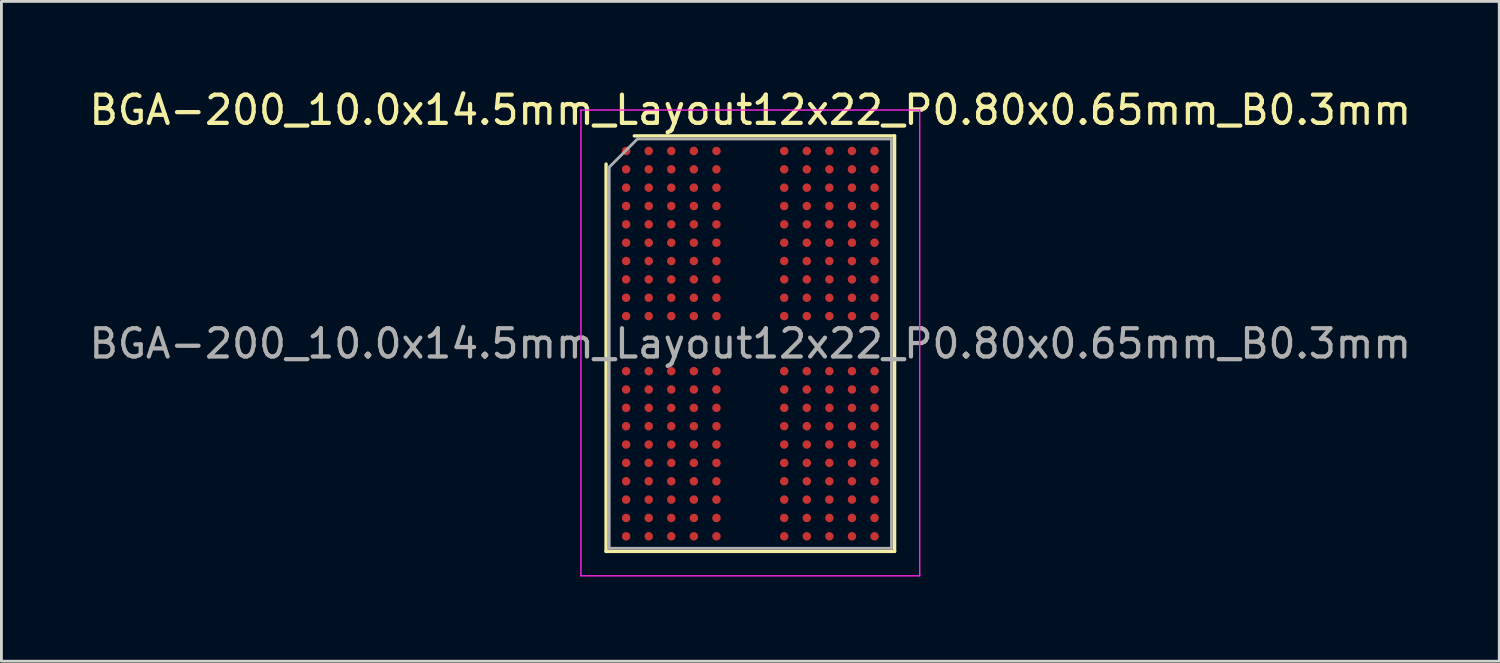
<source format=kicad_pcb>
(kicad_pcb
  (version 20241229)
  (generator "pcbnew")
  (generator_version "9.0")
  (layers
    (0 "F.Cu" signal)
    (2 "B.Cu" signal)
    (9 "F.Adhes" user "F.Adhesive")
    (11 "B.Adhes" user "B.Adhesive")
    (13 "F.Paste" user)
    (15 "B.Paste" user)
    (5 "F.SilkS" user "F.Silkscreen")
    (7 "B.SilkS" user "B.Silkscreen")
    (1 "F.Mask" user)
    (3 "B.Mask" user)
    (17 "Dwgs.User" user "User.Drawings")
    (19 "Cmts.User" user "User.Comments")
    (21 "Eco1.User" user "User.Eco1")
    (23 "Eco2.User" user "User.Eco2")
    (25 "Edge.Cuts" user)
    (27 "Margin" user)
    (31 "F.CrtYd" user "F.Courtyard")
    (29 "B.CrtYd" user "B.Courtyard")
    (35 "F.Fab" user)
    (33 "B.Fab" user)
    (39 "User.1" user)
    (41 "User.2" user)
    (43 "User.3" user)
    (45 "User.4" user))
  (footprint "BGA-200_10.0x14.5mm_Layout12x22_P0.80x0.65mm_B0.3mm"
    (layer "F.Cu")
    (at 23.53 9.098)
    (property "Reference" "BGA-200_10.0x14.5mm_Layout12x22_P0.80x0.65mm_B0.3mm" (at 0 -8.25 0) (layer "F.SilkS") (effects (font (size 1 1) (thickness 0.15))))
    (attr smd)
    (fp_line (start -5.11 7.385) (end -5.11 -6.335) (stroke (width 0.12) (type solid)) (layer "F.SilkS"))
    (fp_line (start -4.11 -7.335) (end 5.11 -7.335) (stroke (width 0.12) (type solid)) (layer "F.SilkS"))
    (fp_line (start 5.11 -7.335) (end 5.11 7.385) (stroke (width 0.12) (type solid)) (layer "F.SilkS"))
    (fp_line (start 5.11 7.385) (end -5.11 7.385) (stroke (width 0.12) (type solid)) (layer "F.SilkS"))
    (fp_line (start -6 -8.25) (end -6 8.25) (stroke (width 0.05) (type solid)) (layer "F.CrtYd"))
    (fp_line (start -6 8.25) (end 6 8.25) (stroke (width 0.05) (type solid)) (layer "F.CrtYd"))
    (fp_line (start 6 -8.25) (end -6 -8.25) (stroke (width 0.05) (type solid)) (layer "F.CrtYd"))
    (fp_line (start 6 8.25) (end 6 -8.25) (stroke (width 0.05) (type solid)) (layer "F.CrtYd"))
    (fp_line (start -5 -6.225) (end -4 -7.225) (stroke (width 0.1) (type solid)) (layer "F.Fab"))
    (fp_line (start -5 7.275) (end -5 -6.225) (stroke (width 0.1) (type solid)) (layer "F.Fab"))
    (fp_line (start -4 -7.225) (end 5 -7.225) (stroke (width 0.1) (type solid)) (layer "F.Fab"))
    (fp_line (start 5 -7.225) (end 5 7.275) (stroke (width 0.1) (type solid)) (layer "F.Fab"))
    (fp_line (start 5 7.275) (end -5 7.275) (stroke (width 0.1) (type solid)) (layer "F.Fab"))
    (fp_text user "${REFERENCE}" (at 0 0.025 0) (layer "F.Fab") (effects (font (size 1 1) (thickness 0.15))))
    (pad "A1" smd circle (at -4.4 -6.8) (size 0.3 0.3) (layers "F.Cu" "F.Mask" "F.Paste"))
    (pad "A2" smd circle (at -3.6 -6.8) (size 0.3 0.3) (layers "F.Cu" "F.Mask" "F.Paste"))
    (pad "A3" smd circle (at -2.8 -6.8) (size 0.3 0.3) (layers "F.Cu" "F.Mask" "F.Paste"))
    (pad "A4" smd circle (at -2 -6.8) (size 0.3 0.3) (layers "F.Cu" "F.Mask" "F.Paste"))
    (pad "A5" smd circle (at -1.2 -6.8) (size 0.3 0.3) (layers "F.Cu" "F.Mask" "F.Paste"))
    (pad "A8" smd circle (at 1.2 -6.8) (size 0.3 0.3) (layers "F.Cu" "F.Mask" "F.Paste"))
    (pad "A9" smd circle (at 2 -6.8) (size 0.3 0.3) (layers "F.Cu" "F.Mask" "F.Paste"))
    (pad "A10" smd circle (at 2.8 -6.8) (size 0.3 0.3) (layers "F.Cu" "F.Mask" "F.Paste"))
    (pad "A11" smd circle (at 3.6 -6.8) (size 0.3 0.3) (layers "F.Cu" "F.Mask" "F.Paste"))
    (pad "A12" smd circle (at 4.4 -6.8) (size 0.3 0.3) (layers "F.Cu" "F.Mask" "F.Paste"))
    (pad "AA1" smd circle (at -4.4 6.2) (size 0.3 0.3) (layers "F.Cu" "F.Mask" "F.Paste"))
    (pad "AA2" smd circle (at -3.6 6.2) (size 0.3 0.3) (layers "F.Cu" "F.Mask" "F.Paste"))
    (pad "AA3" smd circle (at -2.8 6.2) (size 0.3 0.3) (layers "F.Cu" "F.Mask" "F.Paste"))
    (pad "AA4" smd circle (at -2 6.2) (size 0.3 0.3) (layers "F.Cu" "F.Mask" "F.Paste"))
    (pad "AA5" smd circle (at -1.2 6.2) (size 0.3 0.3) (layers "F.Cu" "F.Mask" "F.Paste"))
    (pad "AA8" smd circle (at 1.2 6.2) (size 0.3 0.3) (layers "F.Cu" "F.Mask" "F.Paste"))
    (pad "AA9" smd circle (at 2 6.2) (size 0.3 0.3) (layers "F.Cu" "F.Mask" "F.Paste"))
    (pad "AA10" smd circle (at 2.8 6.2) (size 0.3 0.3) (layers "F.Cu" "F.Mask" "F.Paste"))
    (pad "AA11" smd circle (at 3.6 6.2) (size 0.3 0.3) (layers "F.Cu" "F.Mask" "F.Paste"))
    (pad "AA12" smd circle (at 4.4 6.2) (size 0.3 0.3) (layers "F.Cu" "F.Mask" "F.Paste"))
    (pad "AB1" smd circle (at -4.4 6.85) (size 0.3 0.3) (layers "F.Cu" "F.Mask" "F.Paste"))
    (pad "AB2" smd circle (at -3.6 6.85) (size 0.3 0.3) (layers "F.Cu" "F.Mask" "F.Paste"))
    (pad "AB3" smd circle (at -2.8 6.85) (size 0.3 0.3) (layers "F.Cu" "F.Mask" "F.Paste"))
    (pad "AB4" smd circle (at -2 6.85) (size 0.3 0.3) (layers "F.Cu" "F.Mask" "F.Paste"))
    (pad "AB5" smd circle (at -1.2 6.85) (size 0.3 0.3) (layers "F.Cu" "F.Mask" "F.Paste"))
    (pad "AB8" smd circle (at 1.2 6.85) (size 0.3 0.3) (layers "F.Cu" "F.Mask" "F.Paste"))
    (pad "AB9" smd circle (at 2 6.85) (size 0.3 0.3) (layers "F.Cu" "F.Mask" "F.Paste"))
    (pad "AB10" smd circle (at 2.8 6.85) (size 0.3 0.3) (layers "F.Cu" "F.Mask" "F.Paste"))
    (pad "AB11" smd circle (at 3.6 6.85) (size 0.3 0.3) (layers "F.Cu" "F.Mask" "F.Paste"))
    (pad "AB12" smd circle (at 4.4 6.85) (size 0.3 0.3) (layers "F.Cu" "F.Mask" "F.Paste"))
    (pad "B1" smd circle (at -4.4 -6.15) (size 0.3 0.3) (layers "F.Cu" "F.Mask" "F.Paste"))
    (pad "B2" smd circle (at -3.6 -6.15) (size 0.3 0.3) (layers "F.Cu" "F.Mask" "F.Paste"))
    (pad "B3" smd circle (at -2.8 -6.15) (size 0.3 0.3) (layers "F.Cu" "F.Mask" "F.Paste"))
    (pad "B4" smd circle (at -2 -6.15) (size 0.3 0.3) (layers "F.Cu" "F.Mask" "F.Paste"))
    (pad "B5" smd circle (at -1.2 -6.15) (size 0.3 0.3) (layers "F.Cu" "F.Mask" "F.Paste"))
    (pad "B8" smd circle (at 1.2 -6.15) (size 0.3 0.3) (layers "F.Cu" "F.Mask" "F.Paste"))
    (pad "B9" smd circle (at 2 -6.15) (size 0.3 0.3) (layers "F.Cu" "F.Mask" "F.Paste"))
    (pad "B10" smd circle (at 2.8 -6.15) (size 0.3 0.3) (layers "F.Cu" "F.Mask" "F.Paste"))
    (pad "B11" smd circle (at 3.6 -6.15) (size 0.3 0.3) (layers "F.Cu" "F.Mask" "F.Paste"))
    (pad "B12" smd circle (at 4.4 -6.15) (size 0.3 0.3) (layers "F.Cu" "F.Mask" "F.Paste"))
    (pad "C1" smd circle (at -4.4 -5.5) (size 0.3 0.3) (layers "F.Cu" "F.Mask" "F.Paste"))
    (pad "C2" smd circle (at -3.6 -5.5) (size 0.3 0.3) (layers "F.Cu" "F.Mask" "F.Paste"))
    (pad "C3" smd circle (at -2.8 -5.5) (size 0.3 0.3) (layers "F.Cu" "F.Mask" "F.Paste"))
    (pad "C4" smd circle (at -2 -5.5) (size 0.3 0.3) (layers "F.Cu" "F.Mask" "F.Paste"))
    (pad "C5" smd circle (at -1.2 -5.5) (size 0.3 0.3) (layers "F.Cu" "F.Mask" "F.Paste"))
    (pad "C8" smd circle (at 1.2 -5.5) (size 0.3 0.3) (layers "F.Cu" "F.Mask" "F.Paste"))
    (pad "C9" smd circle (at 2 -5.5) (size 0.3 0.3) (layers "F.Cu" "F.Mask" "F.Paste"))
    (pad "C10" smd circle (at 2.8 -5.5) (size 0.3 0.3) (layers "F.Cu" "F.Mask" "F.Paste"))
    (pad "C11" smd circle (at 3.6 -5.5) (size 0.3 0.3) (layers "F.Cu" "F.Mask" "F.Paste"))
    (pad "C12" smd circle (at 4.4 -5.5) (size 0.3 0.3) (layers "F.Cu" "F.Mask" "F.Paste"))
    (pad "D1" smd circle (at -4.4 -4.85) (size 0.3 0.3) (layers "F.Cu" "F.Mask" "F.Paste"))
    (pad "D2" smd circle (at -3.6 -4.85) (size 0.3 0.3) (layers "F.Cu" "F.Mask" "F.Paste"))
    (pad "D3" smd circle (at -2.8 -4.85) (size 0.3 0.3) (layers "F.Cu" "F.Mask" "F.Paste"))
    (pad "D4" smd circle (at -2 -4.85) (size 0.3 0.3) (layers "F.Cu" "F.Mask" "F.Paste"))
    (pad "D5" smd circle (at -1.2 -4.85) (size 0.3 0.3) (layers "F.Cu" "F.Mask" "F.Paste"))
    (pad "D8" smd circle (at 1.2 -4.85) (size 0.3 0.3) (layers "F.Cu" "F.Mask" "F.Paste"))
    (pad "D9" smd circle (at 2 -4.85) (size 0.3 0.3) (layers "F.Cu" "F.Mask" "F.Paste"))
    (pad "D10" smd circle (at 2.8 -4.85) (size 0.3 0.3) (layers "F.Cu" "F.Mask" "F.Paste"))
    (pad "D11" smd circle (at 3.6 -4.85) (size 0.3 0.3) (layers "F.Cu" "F.Mask" "F.Paste"))
    (pad "D12" smd circle (at 4.4 -4.85) (size 0.3 0.3) (layers "F.Cu" "F.Mask" "F.Paste"))
    (pad "E1" smd circle (at -4.4 -4.2) (size 0.3 0.3) (layers "F.Cu" "F.Mask" "F.Paste"))
    (pad "E2" smd circle (at -3.6 -4.2) (size 0.3 0.3) (layers "F.Cu" "F.Mask" "F.Paste"))
    (pad "E3" smd circle (at -2.8 -4.2) (size 0.3 0.3) (layers "F.Cu" "F.Mask" "F.Paste"))
    (pad "E4" smd circle (at -2 -4.2) (size 0.3 0.3) (layers "F.Cu" "F.Mask" "F.Paste"))
    (pad "E5" smd circle (at -1.2 -4.2) (size 0.3 0.3) (layers "F.Cu" "F.Mask" "F.Paste"))
    (pad "E8" smd circle (at 1.2 -4.2) (size 0.3 0.3) (layers "F.Cu" "F.Mask" "F.Paste"))
    (pad "E9" smd circle (at 2 -4.2) (size 0.3 0.3) (layers "F.Cu" "F.Mask" "F.Paste"))
    (pad "E10" smd circle (at 2.8 -4.2) (size 0.3 0.3) (layers "F.Cu" "F.Mask" "F.Paste"))
    (pad "E11" smd circle (at 3.6 -4.2) (size 0.3 0.3) (layers "F.Cu" "F.Mask" "F.Paste"))
    (pad "E12" smd circle (at 4.4 -4.2) (size 0.3 0.3) (layers "F.Cu" "F.Mask" "F.Paste"))
    (pad "F1" smd circle (at -4.4 -3.55) (size 0.3 0.3) (layers "F.Cu" "F.Mask" "F.Paste"))
    (pad "F2" smd circle (at -3.6 -3.55) (size 0.3 0.3) (layers "F.Cu" "F.Mask" "F.Paste"))
    (pad "F3" smd circle (at -2.8 -3.55) (size 0.3 0.3) (layers "F.Cu" "F.Mask" "F.Paste"))
    (pad "F4" smd circle (at -2 -3.55) (size 0.3 0.3) (layers "F.Cu" "F.Mask" "F.Paste"))
    (pad "F5" smd circle (at -1.2 -3.55) (size 0.3 0.3) (layers "F.Cu" "F.Mask" "F.Paste"))
    (pad "F8" smd circle (at 1.2 -3.55) (size 0.3 0.3) (layers "F.Cu" "F.Mask" "F.Paste"))
    (pad "F9" smd circle (at 2 -3.55) (size 0.3 0.3) (layers "F.Cu" "F.Mask" "F.Paste"))
    (pad "F10" smd circle (at 2.8 -3.55) (size 0.3 0.3) (layers "F.Cu" "F.Mask" "F.Paste"))
    (pad "F11" smd circle (at 3.6 -3.55) (size 0.3 0.3) (layers "F.Cu" "F.Mask" "F.Paste"))
    (pad "F12" smd circle (at 4.4 -3.55) (size 0.3 0.3) (layers "F.Cu" "F.Mask" "F.Paste"))
    (pad "G1" smd circle (at -4.4 -2.9) (size 0.3 0.3) (layers "F.Cu" "F.Mask" "F.Paste"))
    (pad "G2" smd circle (at -3.6 -2.9) (size 0.3 0.3) (layers "F.Cu" "F.Mask" "F.Paste"))
    (pad "G3" smd circle (at -2.8 -2.9) (size 0.3 0.3) (layers "F.Cu" "F.Mask" "F.Paste"))
    (pad "G4" smd circle (at -2 -2.9) (size 0.3 0.3) (layers "F.Cu" "F.Mask" "F.Paste"))
    (pad "G5" smd circle (at -1.2 -2.9) (size 0.3 0.3) (layers "F.Cu" "F.Mask" "F.Paste"))
    (pad "G8" smd circle (at 1.2 -2.9) (size 0.3 0.3) (layers "F.Cu" "F.Mask" "F.Paste"))
    (pad "G9" smd circle (at 2 -2.9) (size 0.3 0.3) (layers "F.Cu" "F.Mask" "F.Paste"))
    (pad "G10" smd circle (at 2.8 -2.9) (size 0.3 0.3) (layers "F.Cu" "F.Mask" "F.Paste"))
    (pad "G11" smd circle (at 3.6 -2.9) (size 0.3 0.3) (layers "F.Cu" "F.Mask" "F.Paste"))
    (pad "G12" smd circle (at 4.4 -2.9) (size 0.3 0.3) (layers "F.Cu" "F.Mask" "F.Paste"))
    (pad "H1" smd circle (at -4.4 -2.25) (size 0.3 0.3) (layers "F.Cu" "F.Mask" "F.Paste"))
    (pad "H2" smd circle (at -3.6 -2.25) (size 0.3 0.3) (layers "F.Cu" "F.Mask" "F.Paste"))
    (pad "H3" smd circle (at -2.8 -2.25) (size 0.3 0.3) (layers "F.Cu" "F.Mask" "F.Paste"))
    (pad "H4" smd circle (at -2 -2.25) (size 0.3 0.3) (layers "F.Cu" "F.Mask" "F.Paste"))
    (pad "H5" smd circle (at -1.2 -2.25) (size 0.3 0.3) (layers "F.Cu" "F.Mask" "F.Paste"))
    (pad "H8" smd circle (at 1.2 -2.25) (size 0.3 0.3) (layers "F.Cu" "F.Mask" "F.Paste"))
    (pad "H9" smd circle (at 2 -2.25) (size 0.3 0.3) (layers "F.Cu" "F.Mask" "F.Paste"))
    (pad "H10" smd circle (at 2.8 -2.25) (size 0.3 0.3) (layers "F.Cu" "F.Mask" "F.Paste"))
    (pad "H11" smd circle (at 3.6 -2.25) (size 0.3 0.3) (layers "F.Cu" "F.Mask" "F.Paste"))
    (pad "H12" smd circle (at 4.4 -2.25) (size 0.3 0.3) (layers "F.Cu" "F.Mask" "F.Paste"))
    (pad "J1" smd circle (at -4.4 -1.6) (size 0.3 0.3) (layers "F.Cu" "F.Mask" "F.Paste"))
    (pad "J2" smd circle (at -3.6 -1.6) (size 0.3 0.3) (layers "F.Cu" "F.Mask" "F.Paste"))
    (pad "J3" smd circle (at -2.8 -1.6) (size 0.3 0.3) (layers "F.Cu" "F.Mask" "F.Paste"))
    (pad "J4" smd circle (at -2 -1.6) (size 0.3 0.3) (layers "F.Cu" "F.Mask" "F.Paste"))
    (pad "J5" smd circle (at -1.2 -1.6) (size 0.3 0.3) (layers "F.Cu" "F.Mask" "F.Paste"))
    (pad "J8" smd circle (at 1.2 -1.6) (size 0.3 0.3) (layers "F.Cu" "F.Mask" "F.Paste"))
    (pad "J9" smd circle (at 2 -1.6) (size 0.3 0.3) (layers "F.Cu" "F.Mask" "F.Paste"))
    (pad "J10" smd circle (at 2.8 -1.6) (size 0.3 0.3) (layers "F.Cu" "F.Mask" "F.Paste"))
    (pad "J11" smd circle (at 3.6 -1.6) (size 0.3 0.3) (layers "F.Cu" "F.Mask" "F.Paste"))
    (pad "J12" smd circle (at 4.4 -1.6) (size 0.3 0.3) (layers "F.Cu" "F.Mask" "F.Paste"))
    (pad "K1" smd circle (at -4.4 -0.95) (size 0.3 0.3) (layers "F.Cu" "F.Mask" "F.Paste"))
    (pad "K2" smd circle (at -3.6 -0.95) (size 0.3 0.3) (layers "F.Cu" "F.Mask" "F.Paste"))
    (pad "K3" smd circle (at -2.8 -0.95) (size 0.3 0.3) (layers "F.Cu" "F.Mask" "F.Paste"))
    (pad "K4" smd circle (at -2 -0.95) (size 0.3 0.3) (layers "F.Cu" "F.Mask" "F.Paste"))
    (pad "K5" smd circle (at -1.2 -0.95) (size 0.3 0.3) (layers "F.Cu" "F.Mask" "F.Paste"))
    (pad "K8" smd circle (at 1.2 -0.95) (size 0.3 0.3) (layers "F.Cu" "F.Mask" "F.Paste"))
    (pad "K9" smd circle (at 2 -0.95) (size 0.3 0.3) (layers "F.Cu" "F.Mask" "F.Paste"))
    (pad "K10" smd circle (at 2.8 -0.95) (size 0.3 0.3) (layers "F.Cu" "F.Mask" "F.Paste"))
    (pad "K11" smd circle (at 3.6 -0.95) (size 0.3 0.3) (layers "F.Cu" "F.Mask" "F.Paste"))
    (pad "K12" smd circle (at 4.4 -0.95) (size 0.3 0.3) (layers "F.Cu" "F.Mask" "F.Paste"))
    (pad "N1" smd circle (at -4.4 1) (size 0.3 0.3) (layers "F.Cu" "F.Mask" "F.Paste"))
    (pad "N2" smd circle (at -3.6 1) (size 0.3 0.3) (layers "F.Cu" "F.Mask" "F.Paste"))
    (pad "N3" smd circle (at -2.8 1) (size 0.3 0.3) (layers "F.Cu" "F.Mask" "F.Paste"))
    (pad "N4" smd circle (at -2 1) (size 0.3 0.3) (layers "F.Cu" "F.Mask" "F.Paste"))
    (pad "N5" smd circle (at -1.2 1) (size 0.3 0.3) (layers "F.Cu" "F.Mask" "F.Paste"))
    (pad "N8" smd circle (at 1.2 1) (size 0.3 0.3) (layers "F.Cu" "F.Mask" "F.Paste"))
    (pad "N9" smd circle (at 2 1) (size 0.3 0.3) (layers "F.Cu" "F.Mask" "F.Paste"))
    (pad "N10" smd circle (at 2.8 1) (size 0.3 0.3) (layers "F.Cu" "F.Mask" "F.Paste"))
    (pad "N11" smd circle (at 3.6 1) (size 0.3 0.3) (layers "F.Cu" "F.Mask" "F.Paste"))
    (pad "N12" smd circle (at 4.4 1) (size 0.3 0.3) (layers "F.Cu" "F.Mask" "F.Paste"))
    (pad "P1" smd circle (at -4.4 1.65) (size 0.3 0.3) (layers "F.Cu" "F.Mask" "F.Paste"))
    (pad "P2" smd circle (at -3.6 1.65) (size 0.3 0.3) (layers "F.Cu" "F.Mask" "F.Paste"))
    (pad "P3" smd circle (at -2.8 1.65) (size 0.3 0.3) (layers "F.Cu" "F.Mask" "F.Paste"))
    (pad "P4" smd circle (at -2 1.65) (size 0.3 0.3) (layers "F.Cu" "F.Mask" "F.Paste"))
    (pad "P5" smd circle (at -1.2 1.65) (size 0.3 0.3) (layers "F.Cu" "F.Mask" "F.Paste"))
    (pad "P8" smd circle (at 1.2 1.65) (size 0.3 0.3) (layers "F.Cu" "F.Mask" "F.Paste"))
    (pad "P9" smd circle (at 2 1.65) (size 0.3 0.3) (layers "F.Cu" "F.Mask" "F.Paste"))
    (pad "P10" smd circle (at 2.8 1.65) (size 0.3 0.3) (layers "F.Cu" "F.Mask" "F.Paste"))
    (pad "P11" smd circle (at 3.6 1.65) (size 0.3 0.3) (layers "F.Cu" "F.Mask" "F.Paste"))
    (pad "P12" smd circle (at 4.4 1.65) (size 0.3 0.3) (layers "F.Cu" "F.Mask" "F.Paste"))
    (pad "R1" smd circle (at -4.4 2.3) (size 0.3 0.3) (layers "F.Cu" "F.Mask" "F.Paste"))
    (pad "R2" smd circle (at -3.6 2.3) (size 0.3 0.3) (layers "F.Cu" "F.Mask" "F.Paste"))
    (pad "R3" smd circle (at -2.8 2.3) (size 0.3 0.3) (layers "F.Cu" "F.Mask" "F.Paste"))
    (pad "R4" smd circle (at -2 2.3) (size 0.3 0.3) (layers "F.Cu" "F.Mask" "F.Paste"))
    (pad "R5" smd circle (at -1.2 2.3) (size 0.3 0.3) (layers "F.Cu" "F.Mask" "F.Paste"))
    (pad "R8" smd circle (at 1.2 2.3) (size 0.3 0.3) (layers "F.Cu" "F.Mask" "F.Paste"))
    (pad "R9" smd circle (at 2 2.3) (size 0.3 0.3) (layers "F.Cu" "F.Mask" "F.Paste"))
    (pad "R10" smd circle (at 2.8 2.3) (size 0.3 0.3) (layers "F.Cu" "F.Mask" "F.Paste"))
    (pad "R11" smd circle (at 3.6 2.3) (size 0.3 0.3) (layers "F.Cu" "F.Mask" "F.Paste"))
    (pad "R12" smd circle (at 4.4 2.3) (size 0.3 0.3) (layers "F.Cu" "F.Mask" "F.Paste"))
    (pad "T1" smd circle (at -4.4 2.95) (size 0.3 0.3) (layers "F.Cu" "F.Mask" "F.Paste"))
    (pad "T2" smd circle (at -3.6 2.95) (size 0.3 0.3) (layers "F.Cu" "F.Mask" "F.Paste"))
    (pad "T3" smd circle (at -2.8 2.95) (size 0.3 0.3) (layers "F.Cu" "F.Mask" "F.Paste"))
    (pad "T4" smd circle (at -2 2.95) (size 0.3 0.3) (layers "F.Cu" "F.Mask" "F.Paste"))
    (pad "T5" smd circle (at -1.2 2.95) (size 0.3 0.3) (layers "F.Cu" "F.Mask" "F.Paste"))
    (pad "T8" smd circle (at 1.2 2.95) (size 0.3 0.3) (layers "F.Cu" "F.Mask" "F.Paste"))
    (pad "T9" smd circle (at 2 2.95) (size 0.3 0.3) (layers "F.Cu" "F.Mask" "F.Paste"))
    (pad "T10" smd circle (at 2.8 2.95) (size 0.3 0.3) (layers "F.Cu" "F.Mask" "F.Paste"))
    (pad "T11" smd circle (at 3.6 2.95) (size 0.3 0.3) (layers "F.Cu" "F.Mask" "F.Paste"))
    (pad "T12" smd circle (at 4.4 2.95) (size 0.3 0.3) (layers "F.Cu" "F.Mask" "F.Paste"))
    (pad "U1" smd circle (at -4.4 3.6) (size 0.3 0.3) (layers "F.Cu" "F.Mask" "F.Paste"))
    (pad "U2" smd circle (at -3.6 3.6) (size 0.3 0.3) (layers "F.Cu" "F.Mask" "F.Paste"))
    (pad "U3" smd circle (at -2.8 3.6) (size 0.3 0.3) (layers "F.Cu" "F.Mask" "F.Paste"))
    (pad "U4" smd circle (at -2 3.6) (size 0.3 0.3) (layers "F.Cu" "F.Mask" "F.Paste"))
    (pad "U5" smd circle (at -1.2 3.6) (size 0.3 0.3) (layers "F.Cu" "F.Mask" "F.Paste"))
    (pad "U8" smd circle (at 1.2 3.6) (size 0.3 0.3) (layers "F.Cu" "F.Mask" "F.Paste"))
    (pad "U9" smd circle (at 2 3.6) (size 0.3 0.3) (layers "F.Cu" "F.Mask" "F.Paste"))
    (pad "U10" smd circle (at 2.8 3.6) (size 0.3 0.3) (layers "F.Cu" "F.Mask" "F.Paste"))
    (pad "U11" smd circle (at 3.6 3.6) (size 0.3 0.3) (layers "F.Cu" "F.Mask" "F.Paste"))
    (pad "U12" smd circle (at 4.4 3.6) (size 0.3 0.3) (layers "F.Cu" "F.Mask" "F.Paste"))
    (pad "V1" smd circle (at -4.4 4.25) (size 0.3 0.3) (layers "F.Cu" "F.Mask" "F.Paste"))
    (pad "V2" smd circle (at -3.6 4.25) (size 0.3 0.3) (layers "F.Cu" "F.Mask" "F.Paste"))
    (pad "V3" smd circle (at -2.8 4.25) (size 0.3 0.3) (layers "F.Cu" "F.Mask" "F.Paste"))
    (pad "V4" smd circle (at -2 4.25) (size 0.3 0.3) (layers "F.Cu" "F.Mask" "F.Paste"))
    (pad "V5" smd circle (at -1.2 4.25) (size 0.3 0.3) (layers "F.Cu" "F.Mask" "F.Paste"))
    (pad "V8" smd circle (at 1.2 4.25) (size 0.3 0.3) (layers "F.Cu" "F.Mask" "F.Paste"))
    (pad "V9" smd circle (at 2 4.25) (size 0.3 0.3) (layers "F.Cu" "F.Mask" "F.Paste"))
    (pad "V10" smd circle (at 2.8 4.25) (size 0.3 0.3) (layers "F.Cu" "F.Mask" "F.Paste"))
    (pad "V11" smd circle (at 3.6 4.25) (size 0.3 0.3) (layers "F.Cu" "F.Mask" "F.Paste"))
    (pad "V12" smd circle (at 4.4 4.25) (size 0.3 0.3) (layers "F.Cu" "F.Mask" "F.Paste"))
    (pad "W1" smd circle (at -4.4 4.9) (size 0.3 0.3) (layers "F.Cu" "F.Mask" "F.Paste"))
    (pad "W2" smd circle (at -3.6 4.9) (size 0.3 0.3) (layers "F.Cu" "F.Mask" "F.Paste"))
    (pad "W3" smd circle (at -2.8 4.9) (size 0.3 0.3) (layers "F.Cu" "F.Mask" "F.Paste"))
    (pad "W4" smd circle (at -2 4.9) (size 0.3 0.3) (layers "F.Cu" "F.Mask" "F.Paste"))
    (pad "W5" smd circle (at -1.2 4.9) (size 0.3 0.3) (layers "F.Cu" "F.Mask" "F.Paste"))
    (pad "W8" smd circle (at 1.2 4.9) (size 0.3 0.3) (layers "F.Cu" "F.Mask" "F.Paste"))
    (pad "W9" smd circle (at 2 4.9) (size 0.3 0.3) (layers "F.Cu" "F.Mask" "F.Paste"))
    (pad "W10" smd circle (at 2.8 4.9) (size 0.3 0.3) (layers "F.Cu" "F.Mask" "F.Paste"))
    (pad "W11" smd circle (at 3.6 4.9) (size 0.3 0.3) (layers "F.Cu" "F.Mask" "F.Paste"))
    (pad "W12" smd circle (at 4.4 4.9) (size 0.3 0.3) (layers "F.Cu" "F.Mask" "F.Paste"))
    (pad "Y1" smd circle (at -4.4 5.55) (size 0.3 0.3) (layers "F.Cu" "F.Mask" "F.Paste"))
    (pad "Y2" smd circle (at -3.6 5.55) (size 0.3 0.3) (layers "F.Cu" "F.Mask" "F.Paste"))
    (pad "Y3" smd circle (at -2.8 5.55) (size 0.3 0.3) (layers "F.Cu" "F.Mask" "F.Paste"))
    (pad "Y4" smd circle (at -2 5.55) (size 0.3 0.3) (layers "F.Cu" "F.Mask" "F.Paste"))
    (pad "Y5" smd circle (at -1.2 5.55) (size 0.3 0.3) (layers "F.Cu" "F.Mask" "F.Paste"))
    (pad "Y8" smd circle (at 1.2 5.55) (size 0.3 0.3) (layers "F.Cu" "F.Mask" "F.Paste"))
    (pad "Y9" smd circle (at 2 5.55) (size 0.3 0.3) (layers "F.Cu" "F.Mask" "F.Paste"))
    (pad "Y10" smd circle (at 2.8 5.55) (size 0.3 0.3) (layers "F.Cu" "F.Mask" "F.Paste"))
    (pad "Y11" smd circle (at 3.6 5.55) (size 0.3 0.3) (layers "F.Cu" "F.Mask" "F.Paste"))
    (pad "Y12" smd circle (at 4.4 5.55) (size 0.3 0.3) (layers "F.Cu" "F.Mask" "F.Paste")))
  (gr_rect
    (start -3 -3)
    (end 50.06 20.373)
    (stroke (width 0.1) (type default))
    (fill no)
    (layer "Edge.Cuts")))
</source>
